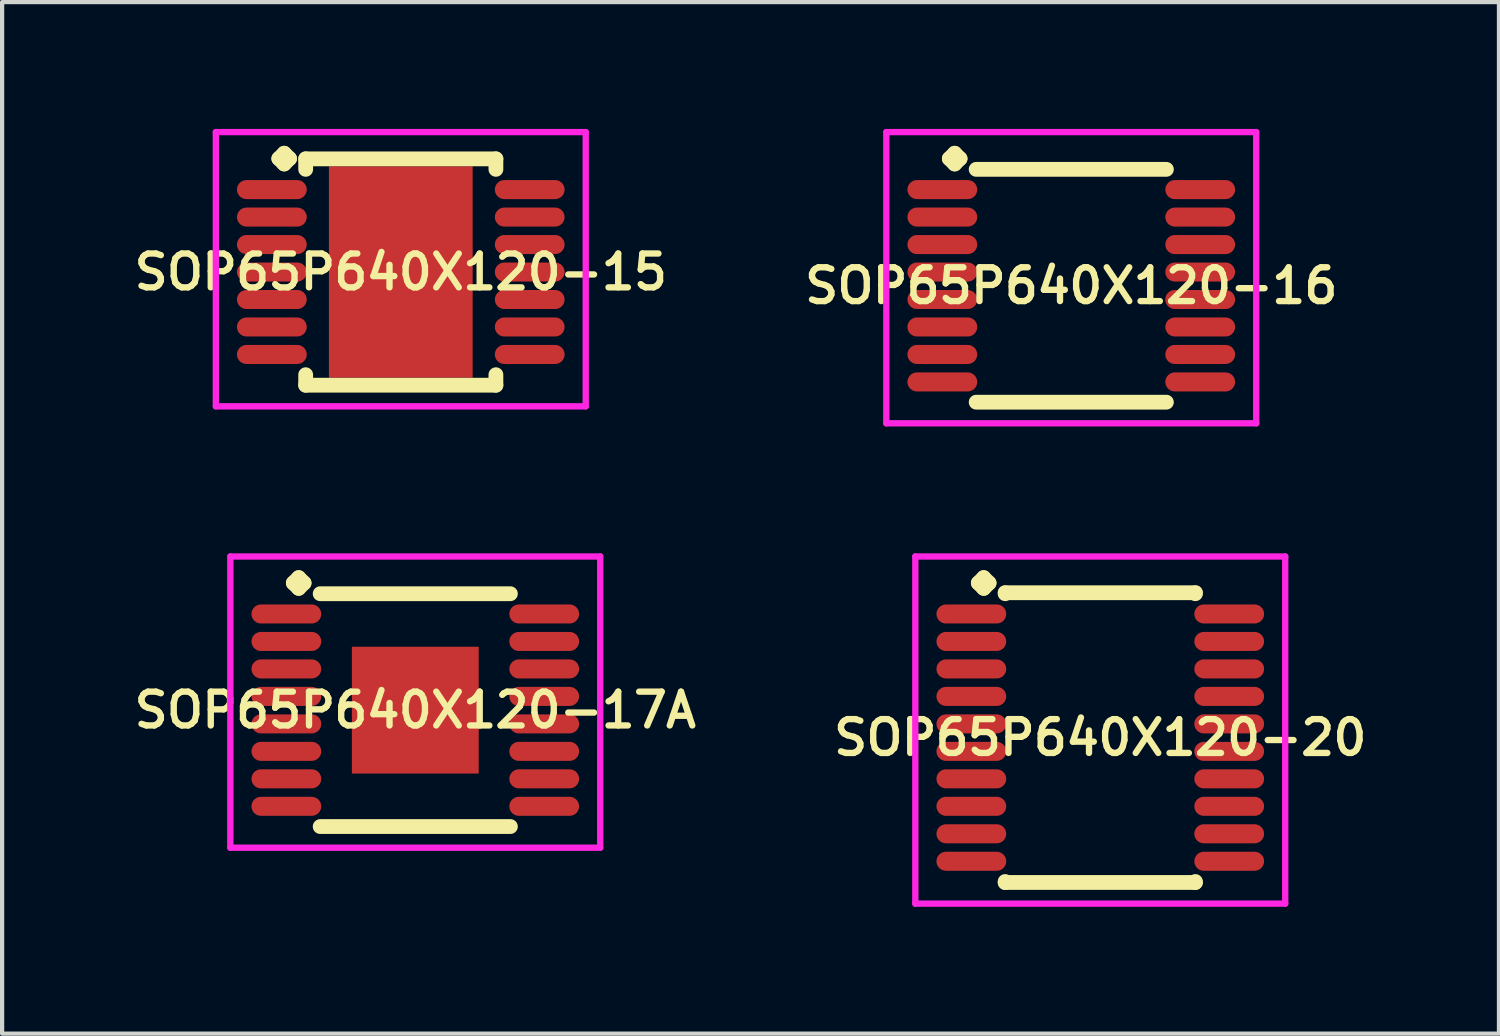
<source format=kicad_pcb>
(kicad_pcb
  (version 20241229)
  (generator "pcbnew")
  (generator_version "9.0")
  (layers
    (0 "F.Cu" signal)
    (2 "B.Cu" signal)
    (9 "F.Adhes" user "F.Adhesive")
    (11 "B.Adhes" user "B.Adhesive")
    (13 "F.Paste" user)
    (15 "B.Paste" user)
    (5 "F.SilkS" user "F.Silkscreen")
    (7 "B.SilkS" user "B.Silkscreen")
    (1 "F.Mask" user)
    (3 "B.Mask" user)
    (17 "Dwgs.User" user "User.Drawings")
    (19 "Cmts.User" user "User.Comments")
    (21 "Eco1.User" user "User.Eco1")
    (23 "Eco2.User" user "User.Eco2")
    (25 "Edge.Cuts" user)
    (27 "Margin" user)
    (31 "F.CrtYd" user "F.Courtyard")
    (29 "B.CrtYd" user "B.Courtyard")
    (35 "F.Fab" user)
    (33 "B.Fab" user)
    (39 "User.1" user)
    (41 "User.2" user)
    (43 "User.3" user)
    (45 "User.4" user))
  (footprint "SOP65P640X120-20"
    (layer "F.Cu")
    (at 22.978 14.399)
    (property "Reference" "SOP65P640X120-20" (at 0 0 0) (layer "F.SilkS") (effects (font (size 0.8 0.8) (thickness 0.15))))
    (attr smd)
    (fp_line (start -2.885 -3.658) (end -2.758 -3.785) (stroke (width 0.35) (type solid)) (layer "F.SilkS"))
    (fp_line (start -2.758 -3.785) (end -2.631 -3.658) (stroke (width 0.35) (type solid)) (layer "F.SilkS"))
    (fp_line (start -2.758 -3.531) (end -2.885 -3.658) (stroke (width 0.35) (type solid)) (layer "F.SilkS"))
    (fp_line (start -2.631 -3.658) (end -2.758 -3.531) (stroke (width 0.35) (type solid)) (layer "F.SilkS"))
    (fp_line (start -2.25 -3.427) (end 2.25 -3.427) (stroke (width 0.35) (type solid)) (layer "F.SilkS"))
    (fp_line (start -2.25 -3.404) (end -2.25 -3.427) (stroke (width 0.35) (type solid)) (layer "F.SilkS"))
    (fp_line (start -2.25 3.404) (end -2.25 3.427) (stroke (width 0.35) (type solid)) (layer "F.SilkS"))
    (fp_line (start -2.25 3.427) (end 2.25 3.427) (stroke (width 0.35) (type solid)) (layer "F.SilkS"))
    (fp_line (start 2.25 -3.427) (end 2.25 -3.404) (stroke (width 0.35) (type solid)) (layer "F.SilkS"))
    (fp_line (start 2.25 3.427) (end 2.25 3.404) (stroke (width 0.35) (type solid)) (layer "F.SilkS"))
    (fp_line (start -4.375 -4.285) (end 4.375 -4.285) (stroke (width 0.15) (type solid)) (layer "F.CrtYd"))
    (fp_line (start -4.375 3.927) (end -4.375 -4.285) (stroke (width 0.15) (type solid)) (layer "F.CrtYd"))
    (fp_line (start 4.375 -4.285) (end 4.375 3.927) (stroke (width 0.15) (type solid)) (layer "F.CrtYd"))
    (fp_line (start 4.375 3.927) (end -4.375 3.927) (stroke (width 0.15) (type solid)) (layer "F.CrtYd"))
    (pad "1" smd oval (at -3.05 -2.925) (size 1.65 0.45) (layers "F.Cu" "F.Mask" "F.Paste"))
    (pad "2" smd oval (at -3.05 -2.275) (size 1.65 0.45) (layers "F.Cu" "F.Mask" "F.Paste"))
    (pad "3" smd oval (at -3.05 -1.625) (size 1.65 0.45) (layers "F.Cu" "F.Mask" "F.Paste"))
    (pad "4" smd oval (at -3.05 -0.975) (size 1.65 0.45) (layers "F.Cu" "F.Mask" "F.Paste"))
    (pad "5" smd oval (at -3.05 -0.325) (size 1.65 0.45) (layers "F.Cu" "F.Mask" "F.Paste"))
    (pad "6" smd oval (at -3.05 0.325) (size 1.65 0.45) (layers "F.Cu" "F.Mask" "F.Paste"))
    (pad "7" smd oval (at -3.05 0.975) (size 1.65 0.45) (layers "F.Cu" "F.Mask" "F.Paste"))
    (pad "8" smd oval (at -3.05 1.625) (size 1.65 0.45) (layers "F.Cu" "F.Mask" "F.Paste"))
    (pad "9" smd oval (at -3.05 2.275) (size 1.65 0.45) (layers "F.Cu" "F.Mask" "F.Paste"))
    (pad "10" smd oval (at -3.05 2.925) (size 1.65 0.45) (layers "F.Cu" "F.Mask" "F.Paste"))
    (pad "11" smd oval (at 3.05 2.925) (size 1.65 0.45) (layers "F.Cu" "F.Mask" "F.Paste"))
    (pad "12" smd oval (at 3.05 2.275) (size 1.65 0.45) (layers "F.Cu" "F.Mask" "F.Paste"))
    (pad "13" smd oval (at 3.05 1.625) (size 1.65 0.45) (layers "F.Cu" "F.Mask" "F.Paste"))
    (pad "14" smd oval (at 3.05 0.975) (size 1.65 0.45) (layers "F.Cu" "F.Mask" "F.Paste"))
    (pad "15" smd oval (at 3.05 0.325) (size 1.65 0.45) (layers "F.Cu" "F.Mask" "F.Paste"))
    (pad "16" smd oval (at 3.05 -0.325) (size 1.65 0.45) (layers "F.Cu" "F.Mask" "F.Paste"))
    (pad "17" smd oval (at 3.05 -0.975) (size 1.65 0.45) (layers "F.Cu" "F.Mask" "F.Paste"))
    (pad "18" smd oval (at 3.05 -1.625) (size 1.65 0.45) (layers "F.Cu" "F.Mask" "F.Paste"))
    (pad "19" smd oval (at 3.05 -2.275) (size 1.65 0.45) (layers "F.Cu" "F.Mask" "F.Paste"))
    (pad "20" smd oval (at 3.05 -2.925) (size 1.65 0.45) (layers "F.Cu" "F.Mask" "F.Paste")))
  (footprint "SOP65P640X120-16"
    (layer "F.Cu")
    (at 22.292 3.71)
    (property "Reference" "SOP65P640X120-16" (at 0 0 0) (layer "F.SilkS") (effects (font (size 0.8 0.8) (thickness 0.15))))
    (attr smd)
    (fp_line (start -2.885 -3.008) (end -2.758 -3.135) (stroke (width 0.35) (type solid)) (layer "F.SilkS"))
    (fp_line (start -2.758 -3.135) (end -2.631 -3.008) (stroke (width 0.35) (type solid)) (layer "F.SilkS"))
    (fp_line (start -2.758 -2.881) (end -2.885 -3.008) (stroke (width 0.35) (type solid)) (layer "F.SilkS"))
    (fp_line (start -2.631 -3.008) (end -2.758 -2.881) (stroke (width 0.35) (type solid)) (layer "F.SilkS"))
    (fp_line (start -2.25 -2.754) (end 2.25 -2.754) (stroke (width 0.35) (type solid)) (layer "F.SilkS"))
    (fp_line (start -2.25 2.754) (end 2.25 2.754) (stroke (width 0.35) (type solid)) (layer "F.SilkS"))
    (fp_line (start -4.375 -3.635) (end 4.375 -3.635) (stroke (width 0.15) (type solid)) (layer "F.CrtYd"))
    (fp_line (start -4.375 3.254) (end -4.375 -3.635) (stroke (width 0.15) (type solid)) (layer "F.CrtYd"))
    (fp_line (start 4.375 -3.635) (end 4.375 3.254) (stroke (width 0.15) (type solid)) (layer "F.CrtYd"))
    (fp_line (start 4.375 3.254) (end -4.375 3.254) (stroke (width 0.15) (type solid)) (layer "F.CrtYd"))
    (pad "1" smd oval (at -3.05 -2.275) (size 1.65 0.45) (layers "F.Cu" "F.Mask" "F.Paste"))
    (pad "2" smd oval (at -3.05 -1.625) (size 1.65 0.45) (layers "F.Cu" "F.Mask" "F.Paste"))
    (pad "3" smd oval (at -3.05 -0.975) (size 1.65 0.45) (layers "F.Cu" "F.Mask" "F.Paste"))
    (pad "4" smd oval (at -3.05 -0.325) (size 1.65 0.45) (layers "F.Cu" "F.Mask" "F.Paste"))
    (pad "5" smd oval (at -3.05 0.325) (size 1.65 0.45) (layers "F.Cu" "F.Mask" "F.Paste"))
    (pad "6" smd oval (at -3.05 0.975) (size 1.65 0.45) (layers "F.Cu" "F.Mask" "F.Paste"))
    (pad "7" smd oval (at -3.05 1.625) (size 1.65 0.45) (layers "F.Cu" "F.Mask" "F.Paste"))
    (pad "8" smd oval (at -3.05 2.275) (size 1.65 0.45) (layers "F.Cu" "F.Mask" "F.Paste"))
    (pad "9" smd oval (at 3.05 2.275) (size 1.65 0.45) (layers "F.Cu" "F.Mask" "F.Paste"))
    (pad "10" smd oval (at 3.05 1.625) (size 1.65 0.45) (layers "F.Cu" "F.Mask" "F.Paste"))
    (pad "11" smd oval (at 3.05 0.975) (size 1.65 0.45) (layers "F.Cu" "F.Mask" "F.Paste"))
    (pad "12" smd oval (at 3.05 0.325) (size 1.65 0.45) (layers "F.Cu" "F.Mask" "F.Paste"))
    (pad "13" smd oval (at 3.05 -0.325) (size 1.65 0.45) (layers "F.Cu" "F.Mask" "F.Paste"))
    (pad "14" smd oval (at 3.05 -0.975) (size 1.65 0.45) (layers "F.Cu" "F.Mask" "F.Paste"))
    (pad "15" smd oval (at 3.05 -1.625) (size 1.65 0.45) (layers "F.Cu" "F.Mask" "F.Paste"))
    (pad "16" smd oval (at 3.05 -2.275) (size 1.65 0.45) (layers "F.Cu" "F.Mask" "F.Paste")))
  (footprint "SOP65P640X120-15"
    (layer "F.Cu")
    (at 6.431 3.385)
    (property "Reference" "SOP65P640X120-15" (at 0 0 0) (layer "F.SilkS") (effects (font (size 0.8 0.8) (thickness 0.15))))
    (attr smd)
    (fp_line (start -2.885 -2.683) (end -2.758 -2.81) (stroke (width 0.35) (type solid)) (layer "F.SilkS"))
    (fp_line (start -2.758 -2.81) (end -2.631 -2.683) (stroke (width 0.35) (type solid)) (layer "F.SilkS"))
    (fp_line (start -2.758 -2.556) (end -2.885 -2.683) (stroke (width 0.35) (type solid)) (layer "F.SilkS"))
    (fp_line (start -2.631 -2.683) (end -2.758 -2.556) (stroke (width 0.35) (type solid)) (layer "F.SilkS"))
    (fp_line (start -2.25 -2.677) (end 2.25 -2.677) (stroke (width 0.35) (type solid)) (layer "F.SilkS"))
    (fp_line (start -2.25 -2.429) (end -2.25 -2.677) (stroke (width 0.35) (type solid)) (layer "F.SilkS"))
    (fp_line (start -2.25 2.429) (end -2.25 2.677) (stroke (width 0.35) (type solid)) (layer "F.SilkS"))
    (fp_line (start -2.25 2.677) (end 2.25 2.677) (stroke (width 0.35) (type solid)) (layer "F.SilkS"))
    (fp_line (start 2.25 -2.677) (end 2.25 -2.429) (stroke (width 0.35) (type solid)) (layer "F.SilkS"))
    (fp_line (start 2.25 2.677) (end 2.25 2.429) (stroke (width 0.35) (type solid)) (layer "F.SilkS"))
    (fp_line (start -4.375 -3.31) (end 4.375 -3.31) (stroke (width 0.15) (type solid)) (layer "F.CrtYd"))
    (fp_line (start -4.375 3.177) (end -4.375 -3.31) (stroke (width 0.15) (type solid)) (layer "F.CrtYd"))
    (fp_line (start 4.375 -3.31) (end 4.375 3.177) (stroke (width 0.15) (type solid)) (layer "F.CrtYd"))
    (fp_line (start 4.375 3.177) (end -4.375 3.177) (stroke (width 0.15) (type solid)) (layer "F.CrtYd"))
    (pad "1" smd oval (at -3.05 -1.95) (size 1.65 0.45) (layers "F.Cu" "F.Mask" "F.Paste"))
    (pad "2" smd oval (at -3.05 -1.3) (size 1.65 0.45) (layers "F.Cu" "F.Mask" "F.Paste"))
    (pad "3" smd oval (at -3.05 -0.65) (size 1.65 0.45) (layers "F.Cu" "F.Mask" "F.Paste"))
    (pad "4" smd oval (at -3.05 0) (size 1.65 0.45) (layers "F.Cu" "F.Mask" "F.Paste"))
    (pad "5" smd oval (at -3.05 0.65) (size 1.65 0.45) (layers "F.Cu" "F.Mask" "F.Paste"))
    (pad "6" smd oval (at -3.05 1.3) (size 1.65 0.45) (layers "F.Cu" "F.Mask" "F.Paste"))
    (pad "7" smd oval (at -3.05 1.95) (size 1.65 0.45) (layers "F.Cu" "F.Mask" "F.Paste"))
    (pad "8" smd oval (at 3.05 1.95) (size 1.65 0.45) (layers "F.Cu" "F.Mask" "F.Paste"))
    (pad "9" smd oval (at 3.05 1.3) (size 1.65 0.45) (layers "F.Cu" "F.Mask" "F.Paste"))
    (pad "10" smd oval (at 3.05 0.65) (size 1.65 0.45) (layers "F.Cu" "F.Mask" "F.Paste"))
    (pad "11" smd oval (at 3.05 0) (size 1.65 0.45) (layers "F.Cu" "F.Mask" "F.Paste"))
    (pad "12" smd oval (at 3.05 -0.65) (size 1.65 0.45) (layers "F.Cu" "F.Mask" "F.Paste"))
    (pad "13" smd oval (at 3.05 -1.3) (size 1.65 0.45) (layers "F.Cu" "F.Mask" "F.Paste"))
    (pad "14" smd oval (at 3.05 -1.95) (size 1.65 0.45) (layers "F.Cu" "F.Mask" "F.Paste"))
    (pad "15" smd rect (at 0 0) (size 3.4 5) (layers "F.Cu" "F.Mask" "F.Paste")))
  (footprint "SOP65P640X120-17A"
    (layer "F.Cu")
    (at 6.774 13.749)
    (property "Reference" "SOP65P640X120-17A" (at 0 0 0) (layer "F.SilkS") (effects (font (size 0.8 0.8) (thickness 0.15))))
    (attr smd)
    (fp_line (start -2.885 -3.008) (end -2.758 -3.135) (stroke (width 0.35) (type solid)) (layer "F.SilkS"))
    (fp_line (start -2.758 -3.135) (end -2.631 -3.008) (stroke (width 0.35) (type solid)) (layer "F.SilkS"))
    (fp_line (start -2.758 -2.881) (end -2.885 -3.008) (stroke (width 0.35) (type solid)) (layer "F.SilkS"))
    (fp_line (start -2.631 -3.008) (end -2.758 -2.881) (stroke (width 0.35) (type solid)) (layer "F.SilkS"))
    (fp_line (start -2.25 -2.754) (end 2.25 -2.754) (stroke (width 0.35) (type solid)) (layer "F.SilkS"))
    (fp_line (start -2.25 2.754) (end 2.25 2.754) (stroke (width 0.35) (type solid)) (layer "F.SilkS"))
    (fp_line (start -4.375 -3.635) (end 4.375 -3.635) (stroke (width 0.15) (type solid)) (layer "F.CrtYd"))
    (fp_line (start -4.375 3.254) (end -4.375 -3.635) (stroke (width 0.15) (type solid)) (layer "F.CrtYd"))
    (fp_line (start 4.375 -3.635) (end 4.375 3.254) (stroke (width 0.15) (type solid)) (layer "F.CrtYd"))
    (fp_line (start 4.375 3.254) (end -4.375 3.254) (stroke (width 0.15) (type solid)) (layer "F.CrtYd"))
    (pad "1" smd oval (at -3.05 -2.275) (size 1.65 0.45) (layers "F.Cu" "F.Mask" "F.Paste"))
    (pad "2" smd oval (at -3.05 -1.625) (size 1.65 0.45) (layers "F.Cu" "F.Mask" "F.Paste"))
    (pad "3" smd oval (at -3.05 -0.975) (size 1.65 0.45) (layers "F.Cu" "F.Mask" "F.Paste"))
    (pad "4" smd oval (at -3.05 -0.325) (size 1.65 0.45) (layers "F.Cu" "F.Mask" "F.Paste"))
    (pad "5" smd oval (at -3.05 0.325) (size 1.65 0.45) (layers "F.Cu" "F.Mask" "F.Paste"))
    (pad "6" smd oval (at -3.05 0.975) (size 1.65 0.45) (layers "F.Cu" "F.Mask" "F.Paste"))
    (pad "7" smd oval (at -3.05 1.625) (size 1.65 0.45) (layers "F.Cu" "F.Mask" "F.Paste"))
    (pad "8" smd oval (at -3.05 2.275) (size 1.65 0.45) (layers "F.Cu" "F.Mask" "F.Paste"))
    (pad "9" smd oval (at 3.05 2.275) (size 1.65 0.45) (layers "F.Cu" "F.Mask" "F.Paste"))
    (pad "10" smd oval (at 3.05 1.625) (size 1.65 0.45) (layers "F.Cu" "F.Mask" "F.Paste"))
    (pad "11" smd oval (at 3.05 0.975) (size 1.65 0.45) (layers "F.Cu" "F.Mask" "F.Paste"))
    (pad "12" smd oval (at 3.05 0.325) (size 1.65 0.45) (layers "F.Cu" "F.Mask" "F.Paste"))
    (pad "13" smd oval (at 3.05 -0.325) (size 1.65 0.45) (layers "F.Cu" "F.Mask" "F.Paste"))
    (pad "14" smd oval (at 3.05 -0.975) (size 1.65 0.45) (layers "F.Cu" "F.Mask" "F.Paste"))
    (pad "15" smd oval (at 3.05 -1.625) (size 1.65 0.45) (layers "F.Cu" "F.Mask" "F.Paste"))
    (pad "16" smd oval (at 3.05 -2.275) (size 1.65 0.45) (layers "F.Cu" "F.Mask" "F.Paste"))
    (pad "17" smd rect (at 0 0) (size 3 3) (layers "F.Cu" "F.Mask" "F.Paste")))
  (gr_rect
    (start -3 -3)
    (end 32.409 21.401)
    (stroke (width 0.1) (type default))
    (fill no)
    (layer "Edge.Cuts")))
</source>
